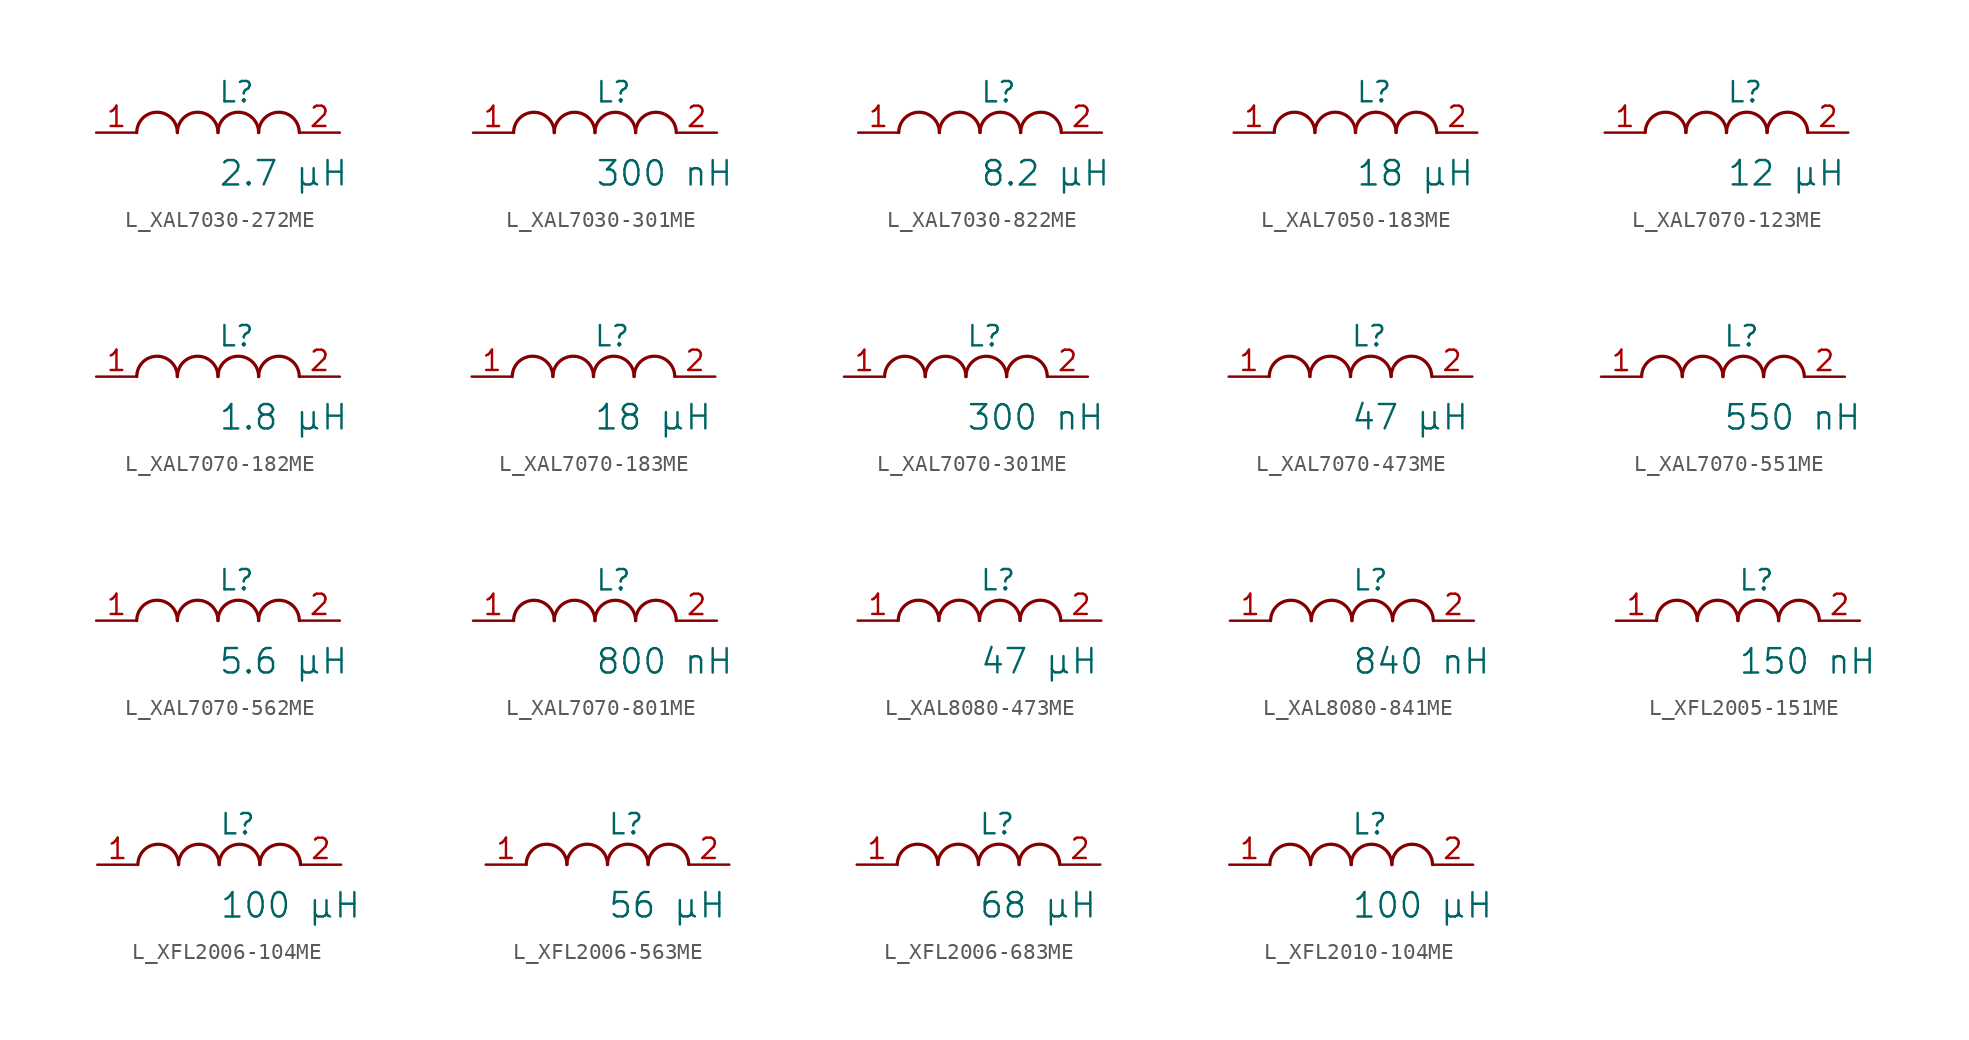
<source format=kicad_sym>
(kicad_symbol_lib
  (version 20231120)
  (generator "kicad_symbol_editor")
  (generator_version "8.0")
  (symbol "L_XAL7030-272ME"
    (pin_names
      (offset 0.254))
    (property "Reference" "L"
      (at 0 2.54 0)
      (effects (font (size 1.27 1.27)) (justify left)))
    (property "Value" "2.7 µH"
      (at 0 -2.54 0)
      (effects (font (size 1.524 1.524)) (justify left)))
    (symbol "L_XAL7030-272ME_1_1"
      (arc (start -2.54 0.0056) (mid -3.81 1.27) (end -5.08 0.0056) (stroke (width 0.2032) (type default)) (fill (type none)))
      (arc (start 0 0.0056) (mid -1.27 1.27) (end -2.54 0.0056) (stroke (width 0.2032) (type default)) (fill (type none)))
      (arc (start 2.54 0.0056) (mid 1.27 1.27) (end 0 0.0056) (stroke (width 0.2032) (type default)) (fill (type none)))
      (arc (start 5.08 0.0056) (mid 3.81 1.27) (end 2.54 0.0056) (stroke (width 0.2032) (type default)) (fill (type none)))
      (pin unspecified line (at -7.62 0 0) (length 2.54) (name "" (effects (font (size 1.27 1.27)))) (number "1" (effects (font (size 1.27 1.27)))))
      (pin unspecified line (at 7.62 0 180) (length 2.54) (name "" (effects (font (size 1.27 1.27)))) (number "2" (effects (font (size 1.27 1.27)))))))
  (symbol "L_XAL7030-301ME"
    (pin_names
      (offset 0.254))
    (property "Reference" "L"
      (at 0 2.54 0)
      (effects (font (size 1.27 1.27)) (justify left)))
    (property "Value" "300 nH"
      (at 0 -2.54 0)
      (effects (font (size 1.524 1.524)) (justify left)))
    (symbol "L_XAL7030-301ME_1_1"
      (arc (start -2.54 0.0056) (mid -3.81 1.27) (end -5.08 0.0056) (stroke (width 0.2032) (type default)) (fill (type none)))
      (arc (start 0 0.0056) (mid -1.27 1.27) (end -2.54 0.0056) (stroke (width 0.2032) (type default)) (fill (type none)))
      (arc (start 2.54 0.0056) (mid 1.27 1.27) (end 0 0.0056) (stroke (width 0.2032) (type default)) (fill (type none)))
      (arc (start 5.08 0.0056) (mid 3.81 1.27) (end 2.54 0.0056) (stroke (width 0.2032) (type default)) (fill (type none)))
      (pin unspecified line (at -7.62 0 0) (length 2.54) (name "" (effects (font (size 1.27 1.27)))) (number "1" (effects (font (size 1.27 1.27)))))
      (pin unspecified line (at 7.62 0 180) (length 2.54) (name "" (effects (font (size 1.27 1.27)))) (number "2" (effects (font (size 1.27 1.27)))))))
  (symbol "L_XAL7030-822ME"
    (pin_names
      (offset 0.254))
    (property "Reference" "L"
      (at 0 2.54 0)
      (effects (font (size 1.27 1.27)) (justify left)))
    (property "Value" "8.2 µH"
      (at 0 -2.54 0)
      (effects (font (size 1.524 1.524)) (justify left)))
    (symbol "L_XAL7030-822ME_1_1"
      (arc (start -2.54 0.0056) (mid -3.81 1.27) (end -5.08 0.0056) (stroke (width 0.2032) (type default)) (fill (type none)))
      (arc (start 0 0.0056) (mid -1.27 1.27) (end -2.54 0.0056) (stroke (width 0.2032) (type default)) (fill (type none)))
      (arc (start 2.54 0.0056) (mid 1.27 1.27) (end 0 0.0056) (stroke (width 0.2032) (type default)) (fill (type none)))
      (arc (start 5.08 0.0056) (mid 3.81 1.27) (end 2.54 0.0056) (stroke (width 0.2032) (type default)) (fill (type none)))
      (pin unspecified line (at -7.62 0 0) (length 2.54) (name "" (effects (font (size 1.27 1.27)))) (number "1" (effects (font (size 1.27 1.27)))))
      (pin unspecified line (at 7.62 0 180) (length 2.54) (name "" (effects (font (size 1.27 1.27)))) (number "2" (effects (font (size 1.27 1.27)))))))
  (symbol "L_XAL7050-183ME"
    (pin_names
      (offset 0.254))
    (property "Reference" "L"
      (at 0 2.54 0)
      (effects (font (size 1.27 1.27)) (justify left)))
    (property "Value" "18 µH"
      (at 0 -2.54 0)
      (effects (font (size 1.524 1.524)) (justify left)))
    (symbol "L_XAL7050-183ME_1_1"
      (arc (start -2.54 0.0056) (mid -3.81 1.27) (end -5.08 0.0056) (stroke (width 0.2032) (type default)) (fill (type none)))
      (arc (start 0 0.0056) (mid -1.27 1.27) (end -2.54 0.0056) (stroke (width 0.2032) (type default)) (fill (type none)))
      (arc (start 2.54 0.0056) (mid 1.27 1.27) (end 0 0.0056) (stroke (width 0.2032) (type default)) (fill (type none)))
      (arc (start 5.08 0.0056) (mid 3.81 1.27) (end 2.54 0.0056) (stroke (width 0.2032) (type default)) (fill (type none)))
      (pin unspecified line (at -7.62 0 0) (length 2.54) (name "" (effects (font (size 1.27 1.27)))) (number "1" (effects (font (size 1.27 1.27)))))
      (pin unspecified line (at 7.62 0 180) (length 2.54) (name "" (effects (font (size 1.27 1.27)))) (number "2" (effects (font (size 1.27 1.27)))))))
  (symbol "L_XAL7070-123ME"
    (pin_names
      (offset 0.254))
    (property "Reference" "L"
      (at 0 2.54 0)
      (effects (font (size 1.27 1.27)) (justify left)))
    (property "Value" "12 µH"
      (at 0 -2.54 0)
      (effects (font (size 1.524 1.524)) (justify left)))
    (symbol "L_XAL7070-123ME_1_1"
      (arc (start -2.54 0.0056) (mid -3.81 1.27) (end -5.08 0.0056) (stroke (width 0.2032) (type default)) (fill (type none)))
      (arc (start 0 0.0056) (mid -1.27 1.27) (end -2.54 0.0056) (stroke (width 0.2032) (type default)) (fill (type none)))
      (arc (start 2.54 0.0056) (mid 1.27 1.27) (end 0 0.0056) (stroke (width 0.2032) (type default)) (fill (type none)))
      (arc (start 5.08 0.0056) (mid 3.81 1.27) (end 2.54 0.0056) (stroke (width 0.2032) (type default)) (fill (type none)))
      (pin unspecified line (at -7.62 0 0) (length 2.54) (name "" (effects (font (size 1.27 1.27)))) (number "1" (effects (font (size 1.27 1.27)))))
      (pin unspecified line (at 7.62 0 180) (length 2.54) (name "" (effects (font (size 1.27 1.27)))) (number "2" (effects (font (size 1.27 1.27)))))))
  (symbol "L_XAL7070-182ME"
    (pin_names
      (offset 0.254))
    (property "Reference" "L"
      (at 0 2.54 0)
      (effects (font (size 1.27 1.27)) (justify left)))
    (property "Value" "1.8 µH"
      (at 0 -2.54 0)
      (effects (font (size 1.524 1.524)) (justify left)))
    (symbol "L_XAL7070-182ME_1_1"
      (arc (start -2.54 0.0056) (mid -3.81 1.27) (end -5.08 0.0056) (stroke (width 0.2032) (type default)) (fill (type none)))
      (arc (start 0 0.0056) (mid -1.27 1.27) (end -2.54 0.0056) (stroke (width 0.2032) (type default)) (fill (type none)))
      (arc (start 2.54 0.0056) (mid 1.27 1.27) (end 0 0.0056) (stroke (width 0.2032) (type default)) (fill (type none)))
      (arc (start 5.08 0.0056) (mid 3.81 1.27) (end 2.54 0.0056) (stroke (width 0.2032) (type default)) (fill (type none)))
      (pin unspecified line (at -7.62 0 0) (length 2.54) (name "" (effects (font (size 1.27 1.27)))) (number "1" (effects (font (size 1.27 1.27)))))
      (pin unspecified line (at 7.62 0 180) (length 2.54) (name "" (effects (font (size 1.27 1.27)))) (number "2" (effects (font (size 1.27 1.27)))))))
  (symbol "L_XAL7070-183ME"
    (pin_names
      (offset 0.254))
    (property "Reference" "L"
      (at 0 2.54 0)
      (effects (font (size 1.27 1.27)) (justify left)))
    (property "Value" "18 µH"
      (at 0 -2.54 0)
      (effects (font (size 1.524 1.524)) (justify left)))
    (symbol "L_XAL7070-183ME_1_1"
      (arc (start -2.54 0.0056) (mid -3.81 1.27) (end -5.08 0.0056) (stroke (width 0.2032) (type default)) (fill (type none)))
      (arc (start 0 0.0056) (mid -1.27 1.27) (end -2.54 0.0056) (stroke (width 0.2032) (type default)) (fill (type none)))
      (arc (start 2.54 0.0056) (mid 1.27 1.27) (end 0 0.0056) (stroke (width 0.2032) (type default)) (fill (type none)))
      (arc (start 5.08 0.0056) (mid 3.81 1.27) (end 2.54 0.0056) (stroke (width 0.2032) (type default)) (fill (type none)))
      (pin unspecified line (at -7.62 0 0) (length 2.54) (name "" (effects (font (size 1.27 1.27)))) (number "1" (effects (font (size 1.27 1.27)))))
      (pin unspecified line (at 7.62 0 180) (length 2.54) (name "" (effects (font (size 1.27 1.27)))) (number "2" (effects (font (size 1.27 1.27)))))))
  (symbol "L_XAL7070-301ME"
    (pin_names
      (offset 0.254))
    (property "Reference" "L"
      (at 0 2.54 0)
      (effects (font (size 1.27 1.27)) (justify left)))
    (property "Value" "300 nH"
      (at 0 -2.54 0)
      (effects (font (size 1.524 1.524)) (justify left)))
    (symbol "L_XAL7070-301ME_1_1"
      (arc (start -2.54 0.0056) (mid -3.81 1.27) (end -5.08 0.0056) (stroke (width 0.2032) (type default)) (fill (type none)))
      (arc (start 0 0.0056) (mid -1.27 1.27) (end -2.54 0.0056) (stroke (width 0.2032) (type default)) (fill (type none)))
      (arc (start 2.54 0.0056) (mid 1.27 1.27) (end 0 0.0056) (stroke (width 0.2032) (type default)) (fill (type none)))
      (arc (start 5.08 0.0056) (mid 3.81 1.27) (end 2.54 0.0056) (stroke (width 0.2032) (type default)) (fill (type none)))
      (pin unspecified line (at -7.62 0 0) (length 2.54) (name "" (effects (font (size 1.27 1.27)))) (number "1" (effects (font (size 1.27 1.27)))))
      (pin unspecified line (at 7.62 0 180) (length 2.54) (name "" (effects (font (size 1.27 1.27)))) (number "2" (effects (font (size 1.27 1.27)))))))
  (symbol "L_XAL7070-473ME"
    (pin_names
      (offset 0.254))
    (property "Reference" "L"
      (at 0 2.54 0)
      (effects (font (size 1.27 1.27)) (justify left)))
    (property "Value" "47 µH"
      (at 0 -2.54 0)
      (effects (font (size 1.524 1.524)) (justify left)))
    (symbol "L_XAL7070-473ME_1_1"
      (arc (start -2.54 0.0056) (mid -3.81 1.27) (end -5.08 0.0056) (stroke (width 0.2032) (type default)) (fill (type none)))
      (arc (start 0 0.0056) (mid -1.27 1.27) (end -2.54 0.0056) (stroke (width 0.2032) (type default)) (fill (type none)))
      (arc (start 2.54 0.0056) (mid 1.27 1.27) (end 0 0.0056) (stroke (width 0.2032) (type default)) (fill (type none)))
      (arc (start 5.08 0.0056) (mid 3.81 1.27) (end 2.54 0.0056) (stroke (width 0.2032) (type default)) (fill (type none)))
      (pin unspecified line (at -7.62 0 0) (length 2.54) (name "" (effects (font (size 1.27 1.27)))) (number "1" (effects (font (size 1.27 1.27)))))
      (pin unspecified line (at 7.62 0 180) (length 2.54) (name "" (effects (font (size 1.27 1.27)))) (number "2" (effects (font (size 1.27 1.27)))))))
  (symbol "L_XAL7070-551ME"
    (pin_names
      (offset 0.254))
    (property "Reference" "L"
      (at 0 2.54 0)
      (effects (font (size 1.27 1.27)) (justify left)))
    (property "Value" "550 nH"
      (at 0 -2.54 0)
      (effects (font (size 1.524 1.524)) (justify left)))
    (symbol "L_XAL7070-551ME_1_1"
      (arc (start -2.54 0.0056) (mid -3.81 1.27) (end -5.08 0.0056) (stroke (width 0.2032) (type default)) (fill (type none)))
      (arc (start 0 0.0056) (mid -1.27 1.27) (end -2.54 0.0056) (stroke (width 0.2032) (type default)) (fill (type none)))
      (arc (start 2.54 0.0056) (mid 1.27 1.27) (end 0 0.0056) (stroke (width 0.2032) (type default)) (fill (type none)))
      (arc (start 5.08 0.0056) (mid 3.81 1.27) (end 2.54 0.0056) (stroke (width 0.2032) (type default)) (fill (type none)))
      (pin unspecified line (at -7.62 0 0) (length 2.54) (name "" (effects (font (size 1.27 1.27)))) (number "1" (effects (font (size 1.27 1.27)))))
      (pin unspecified line (at 7.62 0 180) (length 2.54) (name "" (effects (font (size 1.27 1.27)))) (number "2" (effects (font (size 1.27 1.27)))))))
  (symbol "L_XAL7070-562ME"
    (pin_names
      (offset 0.254))
    (property "Reference" "L"
      (at 0 2.54 0)
      (effects (font (size 1.27 1.27)) (justify left)))
    (property "Value" "5.6 µH"
      (at 0 -2.54 0)
      (effects (font (size 1.524 1.524)) (justify left)))
    (symbol "L_XAL7070-562ME_1_1"
      (arc (start -2.54 0.0056) (mid -3.81 1.27) (end -5.08 0.0056) (stroke (width 0.2032) (type default)) (fill (type none)))
      (arc (start 0 0.0056) (mid -1.27 1.27) (end -2.54 0.0056) (stroke (width 0.2032) (type default)) (fill (type none)))
      (arc (start 2.54 0.0056) (mid 1.27 1.27) (end 0 0.0056) (stroke (width 0.2032) (type default)) (fill (type none)))
      (arc (start 5.08 0.0056) (mid 3.81 1.27) (end 2.54 0.0056) (stroke (width 0.2032) (type default)) (fill (type none)))
      (pin unspecified line (at -7.62 0 0) (length 2.54) (name "" (effects (font (size 1.27 1.27)))) (number "1" (effects (font (size 1.27 1.27)))))
      (pin unspecified line (at 7.62 0 180) (length 2.54) (name "" (effects (font (size 1.27 1.27)))) (number "2" (effects (font (size 1.27 1.27)))))))
  (symbol "L_XAL7070-801ME"
    (pin_names
      (offset 0.254))
    (property "Reference" "L"
      (at 0 2.54 0)
      (effects (font (size 1.27 1.27)) (justify left)))
    (property "Value" "800 nH"
      (at 0 -2.54 0)
      (effects (font (size 1.524 1.524)) (justify left)))
    (symbol "L_XAL7070-801ME_1_1"
      (arc (start -2.54 0.0056) (mid -3.81 1.27) (end -5.08 0.0056) (stroke (width 0.2032) (type default)) (fill (type none)))
      (arc (start 0 0.0056) (mid -1.27 1.27) (end -2.54 0.0056) (stroke (width 0.2032) (type default)) (fill (type none)))
      (arc (start 2.54 0.0056) (mid 1.27 1.27) (end 0 0.0056) (stroke (width 0.2032) (type default)) (fill (type none)))
      (arc (start 5.08 0.0056) (mid 3.81 1.27) (end 2.54 0.0056) (stroke (width 0.2032) (type default)) (fill (type none)))
      (pin unspecified line (at -7.62 0 0) (length 2.54) (name "" (effects (font (size 1.27 1.27)))) (number "1" (effects (font (size 1.27 1.27)))))
      (pin unspecified line (at 7.62 0 180) (length 2.54) (name "" (effects (font (size 1.27 1.27)))) (number "2" (effects (font (size 1.27 1.27)))))))
  (symbol "L_XAL8080-473ME"
    (pin_names
      (offset 0.254))
    (property "Reference" "L"
      (at 0 2.54 0)
      (effects (font (size 1.27 1.27)) (justify left)))
    (property "Value" "47 µH"
      (at 0 -2.54 0)
      (effects (font (size 1.524 1.524)) (justify left)))
    (symbol "L_XAL8080-473ME_1_1"
      (arc (start -2.54 0.0056) (mid -3.81 1.27) (end -5.08 0.0056) (stroke (width 0.2032) (type default)) (fill (type none)))
      (arc (start 0 0.0056) (mid -1.27 1.27) (end -2.54 0.0056) (stroke (width 0.2032) (type default)) (fill (type none)))
      (arc (start 2.54 0.0056) (mid 1.27 1.27) (end 0 0.0056) (stroke (width 0.2032) (type default)) (fill (type none)))
      (arc (start 5.08 0.0056) (mid 3.81 1.27) (end 2.54 0.0056) (stroke (width 0.2032) (type default)) (fill (type none)))
      (pin unspecified line (at -7.62 0 0) (length 2.54) (name "" (effects (font (size 1.27 1.27)))) (number "1" (effects (font (size 1.27 1.27)))))
      (pin unspecified line (at 7.62 0 180) (length 2.54) (name "" (effects (font (size 1.27 1.27)))) (number "2" (effects (font (size 1.27 1.27)))))))
  (symbol "L_XAL8080-841ME"
    (pin_names
      (offset 0.254))
    (property "Reference" "L"
      (at 0 2.54 0)
      (effects (font (size 1.27 1.27)) (justify left)))
    (property "Value" "840 nH"
      (at 0 -2.54 0)
      (effects (font (size 1.524 1.524)) (justify left)))
    (symbol "L_XAL8080-841ME_1_1"
      (arc (start -2.54 0.0056) (mid -3.81 1.27) (end -5.08 0.0056) (stroke (width 0.2032) (type default)) (fill (type none)))
      (arc (start 0 0.0056) (mid -1.27 1.27) (end -2.54 0.0056) (stroke (width 0.2032) (type default)) (fill (type none)))
      (arc (start 2.54 0.0056) (mid 1.27 1.27) (end 0 0.0056) (stroke (width 0.2032) (type default)) (fill (type none)))
      (arc (start 5.08 0.0056) (mid 3.81 1.27) (end 2.54 0.0056) (stroke (width 0.2032) (type default)) (fill (type none)))
      (pin unspecified line (at -7.62 0 0) (length 2.54) (name "" (effects (font (size 1.27 1.27)))) (number "1" (effects (font (size 1.27 1.27)))))
      (pin unspecified line (at 7.62 0 180) (length 2.54) (name "" (effects (font (size 1.27 1.27)))) (number "2" (effects (font (size 1.27 1.27)))))))
  (symbol "L_XFL2005-151ME"
    (pin_names
      (offset 0.254))
    (property "Reference" "L"
      (at 0 2.54 0)
      (effects (font (size 1.27 1.27)) (justify left)))
    (property "Value" "150 nH"
      (at 0 -2.54 0)
      (effects (font (size 1.524 1.524)) (justify left)))
    (symbol "L_XFL2005-151ME_1_1"
      (arc (start -2.54 0.0056) (mid -3.81 1.27) (end -5.08 0.0056) (stroke (width 0.2032) (type default)) (fill (type none)))
      (arc (start 0 0.0056) (mid -1.27 1.27) (end -2.54 0.0056) (stroke (width 0.2032) (type default)) (fill (type none)))
      (arc (start 2.54 0.0056) (mid 1.27 1.27) (end 0 0.0056) (stroke (width 0.2032) (type default)) (fill (type none)))
      (arc (start 5.08 0.0056) (mid 3.81 1.27) (end 2.54 0.0056) (stroke (width 0.2032) (type default)) (fill (type none)))
      (pin unspecified line (at -7.62 0 0) (length 2.54) (name "" (effects (font (size 1.27 1.27)))) (number "1" (effects (font (size 1.27 1.27)))))
      (pin unspecified line (at 7.62 0 180) (length 2.54) (name "" (effects (font (size 1.27 1.27)))) (number "2" (effects (font (size 1.27 1.27)))))))
  (symbol "L_XFL2006-104ME"
    (pin_names
      (offset 0.254))
    (property "Reference" "L"
      (at 0 2.54 0)
      (effects (font (size 1.27 1.27)) (justify left)))
    (property "Value" "100 µH"
      (at 0 -2.54 0)
      (effects (font (size 1.524 1.524)) (justify left)))
    (symbol "L_XFL2006-104ME_1_1"
      (arc (start -2.54 0.0056) (mid -3.81 1.27) (end -5.08 0.0056) (stroke (width 0.2032) (type default)) (fill (type none)))
      (arc (start 0 0.0056) (mid -1.27 1.27) (end -2.54 0.0056) (stroke (width 0.2032) (type default)) (fill (type none)))
      (arc (start 2.54 0.0056) (mid 1.27 1.27) (end 0 0.0056) (stroke (width 0.2032) (type default)) (fill (type none)))
      (arc (start 5.08 0.0056) (mid 3.81 1.27) (end 2.54 0.0056) (stroke (width 0.2032) (type default)) (fill (type none)))
      (pin unspecified line (at -7.62 0 0) (length 2.54) (name "" (effects (font (size 1.27 1.27)))) (number "1" (effects (font (size 1.27 1.27)))))
      (pin unspecified line (at 7.62 0 180) (length 2.54) (name "" (effects (font (size 1.27 1.27)))) (number "2" (effects (font (size 1.27 1.27)))))))
  (symbol "L_XFL2006-563ME"
    (pin_names
      (offset 0.254))
    (property "Reference" "L"
      (at 0 2.54 0)
      (effects (font (size 1.27 1.27)) (justify left)))
    (property "Value" "56 µH"
      (at 0 -2.54 0)
      (effects (font (size 1.524 1.524)) (justify left)))
    (symbol "L_XFL2006-563ME_1_1"
      (arc (start -2.54 0.0056) (mid -3.81 1.27) (end -5.08 0.0056) (stroke (width 0.2032) (type default)) (fill (type none)))
      (arc (start 0 0.0056) (mid -1.27 1.27) (end -2.54 0.0056) (stroke (width 0.2032) (type default)) (fill (type none)))
      (arc (start 2.54 0.0056) (mid 1.27 1.27) (end 0 0.0056) (stroke (width 0.2032) (type default)) (fill (type none)))
      (arc (start 5.08 0.0056) (mid 3.81 1.27) (end 2.54 0.0056) (stroke (width 0.2032) (type default)) (fill (type none)))
      (pin unspecified line (at -7.62 0 0) (length 2.54) (name "" (effects (font (size 1.27 1.27)))) (number "1" (effects (font (size 1.27 1.27)))))
      (pin unspecified line (at 7.62 0 180) (length 2.54) (name "" (effects (font (size 1.27 1.27)))) (number "2" (effects (font (size 1.27 1.27)))))))
  (symbol "L_XFL2006-683ME"
    (pin_names
      (offset 0.254))
    (property "Reference" "L"
      (at 0 2.54 0)
      (effects (font (size 1.27 1.27)) (justify left)))
    (property "Value" "68 µH"
      (at 0 -2.54 0)
      (effects (font (size 1.524 1.524)) (justify left)))
    (symbol "L_XFL2006-683ME_1_1"
      (arc (start -2.54 0.0056) (mid -3.81 1.27) (end -5.08 0.0056) (stroke (width 0.2032) (type default)) (fill (type none)))
      (arc (start 0 0.0056) (mid -1.27 1.27) (end -2.54 0.0056) (stroke (width 0.2032) (type default)) (fill (type none)))
      (arc (start 2.54 0.0056) (mid 1.27 1.27) (end 0 0.0056) (stroke (width 0.2032) (type default)) (fill (type none)))
      (arc (start 5.08 0.0056) (mid 3.81 1.27) (end 2.54 0.0056) (stroke (width 0.2032) (type default)) (fill (type none)))
      (pin unspecified line (at -7.62 0 0) (length 2.54) (name "" (effects (font (size 1.27 1.27)))) (number "1" (effects (font (size 1.27 1.27)))))
      (pin unspecified line (at 7.62 0 180) (length 2.54) (name "" (effects (font (size 1.27 1.27)))) (number "2" (effects (font (size 1.27 1.27)))))))
  (symbol "L_XFL2010-104ME"
    (pin_names
      (offset 0.254))
    (property "Reference" "L"
      (at 0 2.54 0)
      (effects (font (size 1.27 1.27)) (justify left)))
    (property "Value" "100 µH"
      (at 0 -2.54 0)
      (effects (font (size 1.524 1.524)) (justify left)))
    (symbol "L_XFL2010-104ME_1_1"
      (arc (start -2.54 0.0056) (mid -3.81 1.27) (end -5.08 0.0056) (stroke (width 0.2032) (type default)) (fill (type none)))
      (arc (start 0 0.0056) (mid -1.27 1.27) (end -2.54 0.0056) (stroke (width 0.2032) (type default)) (fill (type none)))
      (arc (start 2.54 0.0056) (mid 1.27 1.27) (end 0 0.0056) (stroke (width 0.2032) (type default)) (fill (type none)))
      (arc (start 5.08 0.0056) (mid 3.81 1.27) (end 2.54 0.0056) (stroke (width 0.2032) (type default)) (fill (type none)))
      (pin unspecified line (at -7.62 0 0) (length 2.54) (name "" (effects (font (size 1.27 1.27)))) (number "1" (effects (font (size 1.27 1.27)))))
      (pin unspecified line (at 7.62 0 180) (length 2.54) (name "" (effects (font (size 1.27 1.27)))) (number "2" (effects (font (size 1.27 1.27))))))))
</source>
